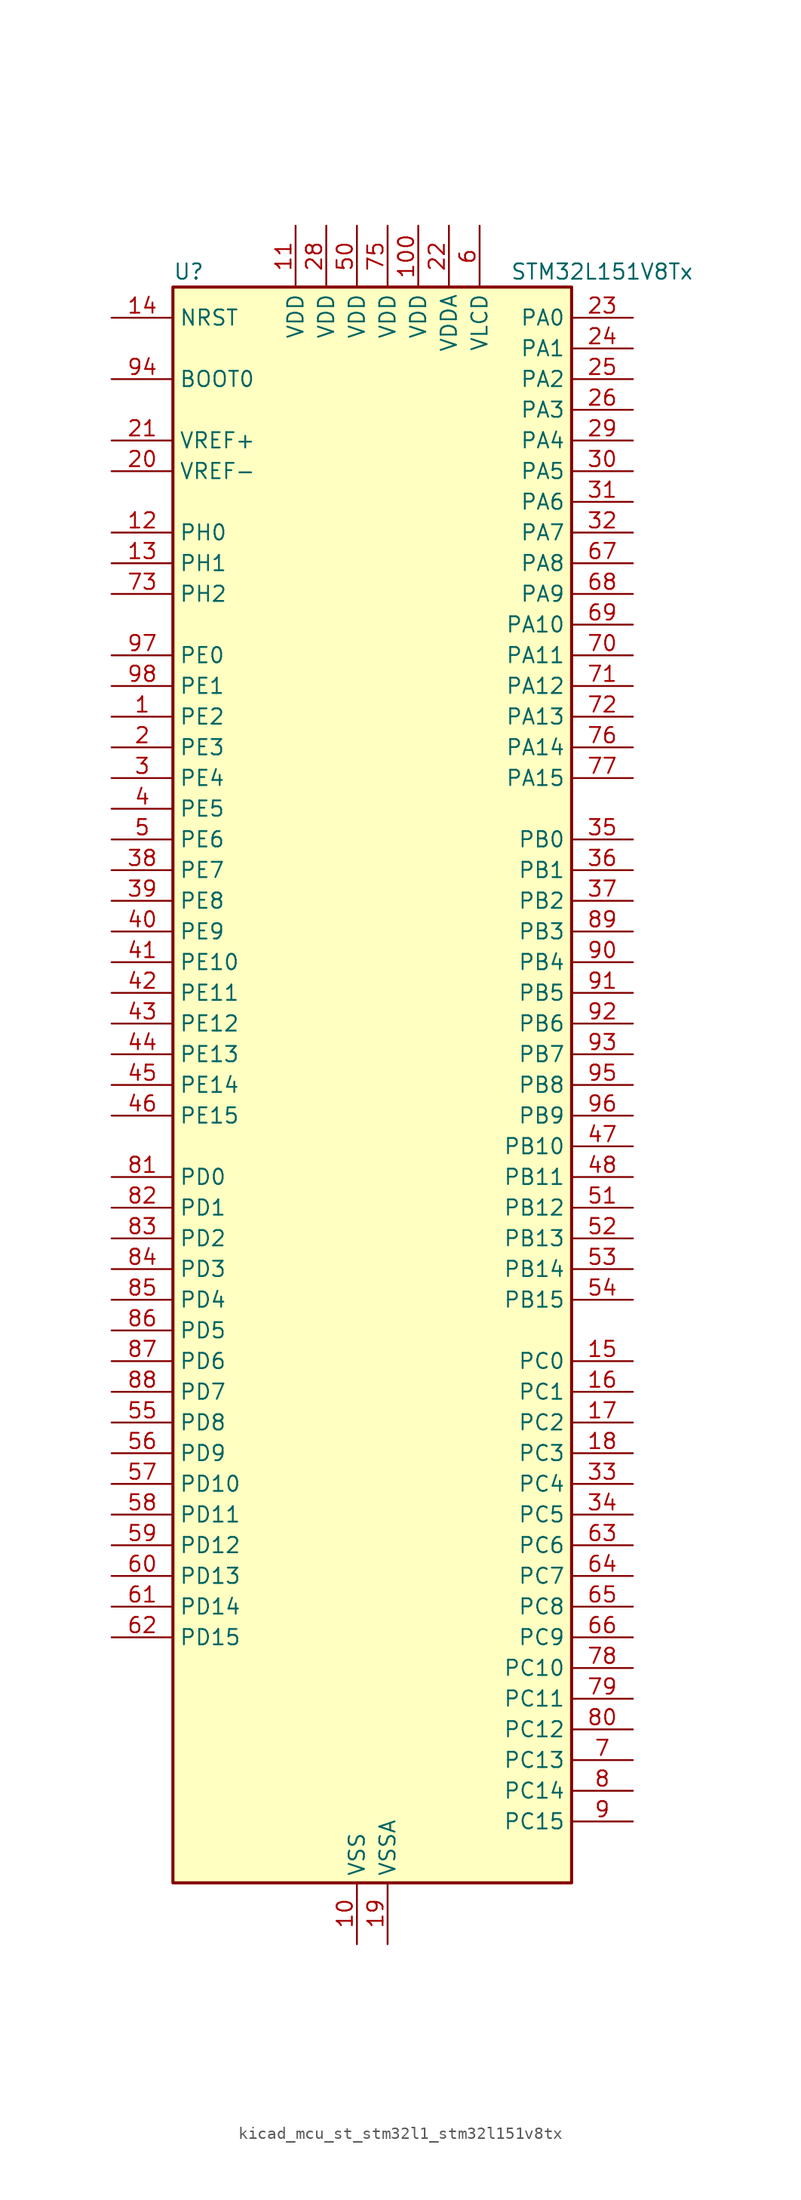
<source format=kicad_sym>
(kicad_symbol_lib
  (version 20220914)
  (generator kicad_symbol_editor)
  (symbol "kicad_mcu_st_stm32l1_stm32l151v8tx"
    (property "Reference" "U"
      (at -15.24 67.31 0)
      (effects (font (size 1.27 1.27)) (justify left)))
    (property "Value" "STM32L151V8Tx"
      (at 12.7 67.31 0)
      (effects (font (size 1.27 1.27)) (justify left)))
    (property "ki_locked" ""
      (at 0 0 0)
      (effects (font (size 1.27 1.27))))
    (symbol "kicad_mcu_st_stm32l1_stm32l151v8tx_0_1"
      (rectangle (start -15.24 -66.04) (end 17.78 66.04) (stroke (width 0.254) (type default)) (fill (type background))))
    (symbol "kicad_mcu_st_stm32l1_stm32l151v8tx_1_1"
      (pin bidirectional line (at -20.32 30.48 0) (length 5.08) (name "PE2" (effects (font (size 1.27 1.27)))) (number "1" (effects (font (size 1.27 1.27)))) (alternate "SYS_TRACECK" bidirectional line) (alternate "TIM3_ETR" bidirectional line) (alternate "TIMX_IC3" bidirectional line))
      (pin power_in line (at 0 -71.12 90) (length 5.08) (name "VSS" (effects (font (size 1.27 1.27)))) (number "10" (effects (font (size 1.27 1.27)))))
      (pin power_in line (at 5.08 71.12 270) (length 5.08) (name "VDD" (effects (font (size 1.27 1.27)))) (number "100" (effects (font (size 1.27 1.27)))))
      (pin power_in line (at -5.08 71.12 270) (length 5.08) (name "VDD" (effects (font (size 1.27 1.27)))) (number "11" (effects (font (size 1.27 1.27)))))
      (pin bidirectional line (at -20.32 45.72 0) (length 5.08) (name "PH0" (effects (font (size 1.27 1.27)))) (number "12" (effects (font (size 1.27 1.27)))) (alternate "RCC_OSC_IN" bidirectional line))
      (pin bidirectional line (at -20.32 43.18 0) (length 5.08) (name "PH1" (effects (font (size 1.27 1.27)))) (number "13" (effects (font (size 1.27 1.27)))) (alternate "RCC_OSC_OUT" bidirectional line))
      (pin input line (at -20.32 63.5 0) (length 5.08) (name "NRST" (effects (font (size 1.27 1.27)))) (number "14" (effects (font (size 1.27 1.27)))))
      (pin bidirectional line (at 22.86 -22.86 180) (length 5.08) (name "PC0" (effects (font (size 1.27 1.27)))) (number "15" (effects (font (size 1.27 1.27)))) (alternate "ADC_IN10" bidirectional line) (alternate "COMP1_INP" bidirectional line) (alternate "TIMX_IC1" bidirectional line) (alternate "TS_G8_IO1" bidirectional line))
      (pin bidirectional line (at 22.86 -25.4 180) (length 5.08) (name "PC1" (effects (font (size 1.27 1.27)))) (number "16" (effects (font (size 1.27 1.27)))) (alternate "ADC_IN11" bidirectional line) (alternate "COMP1_INP" bidirectional line) (alternate "TIMX_IC2" bidirectional line) (alternate "TS_G8_IO2" bidirectional line))
      (pin bidirectional line (at 22.86 -27.94 180) (length 5.08) (name "PC2" (effects (font (size 1.27 1.27)))) (number "17" (effects (font (size 1.27 1.27)))) (alternate "ADC_IN12" bidirectional line) (alternate "COMP1_INP" bidirectional line) (alternate "TIMX_IC3" bidirectional line) (alternate "TS_G8_IO3" bidirectional line))
      (pin bidirectional line (at 22.86 -30.48 180) (length 5.08) (name "PC3" (effects (font (size 1.27 1.27)))) (number "18" (effects (font (size 1.27 1.27)))) (alternate "ADC_IN13" bidirectional line) (alternate "COMP1_INP" bidirectional line) (alternate "TIMX_IC4" bidirectional line) (alternate "TS_G8_IO4" bidirectional line))
      (pin power_in line (at 2.54 -71.12 90) (length 5.08) (name "VSSA" (effects (font (size 1.27 1.27)))) (number "19" (effects (font (size 1.27 1.27)))))
      (pin bidirectional line (at -20.32 27.94 0) (length 5.08) (name "PE3" (effects (font (size 1.27 1.27)))) (number "2" (effects (font (size 1.27 1.27)))) (alternate "SYS_TRACED0" bidirectional line) (alternate "TIM3_CH1" bidirectional line) (alternate "TIMX_IC4" bidirectional line))
      (pin input line (at -20.32 50.8 0) (length 5.08) (name "VREF-" (effects (font (size 1.27 1.27)))) (number "20" (effects (font (size 1.27 1.27)))))
      (pin input line (at -20.32 53.34 0) (length 5.08) (name "VREF+" (effects (font (size 1.27 1.27)))) (number "21" (effects (font (size 1.27 1.27)))))
      (pin power_in line (at 7.62 71.12 270) (length 5.08) (name "VDDA" (effects (font (size 1.27 1.27)))) (number "22" (effects (font (size 1.27 1.27)))))
      (pin bidirectional line (at 22.86 63.5 180) (length 5.08) (name "PA0" (effects (font (size 1.27 1.27)))) (number "23" (effects (font (size 1.27 1.27)))) (alternate "ADC_IN0" bidirectional line) (alternate "COMP1_INP" bidirectional line) (alternate "SYS_WKUP1" bidirectional line) (alternate "TIM2_CH1" bidirectional line) (alternate "TIM2_ETR" bidirectional line) (alternate "TIMX_IC1" bidirectional line) (alternate "TS_G1_IO1" bidirectional line) (alternate "USART2_CTS" bidirectional line))
      (pin bidirectional line (at 22.86 60.96 180) (length 5.08) (name "PA1" (effects (font (size 1.27 1.27)))) (number "24" (effects (font (size 1.27 1.27)))) (alternate "ADC_IN1" bidirectional line) (alternate "COMP1_INP" bidirectional line) (alternate "TIM2_CH2" bidirectional line) (alternate "TIMX_IC2" bidirectional line) (alternate "TS_G1_IO2" bidirectional line) (alternate "USART2_RTS" bidirectional line))
      (pin bidirectional line (at 22.86 58.42 180) (length 5.08) (name "PA2" (effects (font (size 1.27 1.27)))) (number "25" (effects (font (size 1.27 1.27)))) (alternate "ADC_IN2" bidirectional line) (alternate "COMP1_INP" bidirectional line) (alternate "TIM2_CH3" bidirectional line) (alternate "TIM9_CH1" bidirectional line) (alternate "TIMX_IC3" bidirectional line) (alternate "TS_G1_IO3" bidirectional line) (alternate "USART2_TX" bidirectional line))
      (pin bidirectional line (at 22.86 55.88 180) (length 5.08) (name "PA3" (effects (font (size 1.27 1.27)))) (number "26" (effects (font (size 1.27 1.27)))) (alternate "ADC_IN3" bidirectional line) (alternate "COMP1_INP" bidirectional line) (alternate "TIM2_CH4" bidirectional line) (alternate "TIM9_CH2" bidirectional line) (alternate "TIMX_IC4" bidirectional line) (alternate "TS_G1_IO4" bidirectional line) (alternate "USART2_RX" bidirectional line))
      (pin passive line (at 0 -71.12 90) (length 5.08) hide (name "VSS" (effects (font (size 1.27 1.27)))) (number "27" (effects (font (size 1.27 1.27)))))
      (pin power_in line (at -2.54 71.12 270) (length 5.08) (name "VDD" (effects (font (size 1.27 1.27)))) (number "28" (effects (font (size 1.27 1.27)))))
      (pin bidirectional line (at 22.86 53.34 180) (length 5.08) (name "PA4" (effects (font (size 1.27 1.27)))) (number "29" (effects (font (size 1.27 1.27)))) (alternate "ADC_IN4" bidirectional line) (alternate "COMP1_INP" bidirectional line) (alternate "DAC_OUT1" bidirectional line) (alternate "SPI1_NSS" bidirectional line) (alternate "TIMX_IC1" bidirectional line) (alternate "USART2_CK" bidirectional line))
      (pin bidirectional line (at -20.32 25.4 0) (length 5.08) (name "PE4" (effects (font (size 1.27 1.27)))) (number "3" (effects (font (size 1.27 1.27)))) (alternate "SYS_TRACED1" bidirectional line) (alternate "TIM3_CH2" bidirectional line) (alternate "TIMX_IC1" bidirectional line))
      (pin bidirectional line (at 22.86 50.8 180) (length 5.08) (name "PA5" (effects (font (size 1.27 1.27)))) (number "30" (effects (font (size 1.27 1.27)))) (alternate "ADC_IN5" bidirectional line) (alternate "COMP1_INP" bidirectional line) (alternate "DAC_OUT2" bidirectional line) (alternate "SPI1_SCK" bidirectional line) (alternate "TIM2_CH1" bidirectional line) (alternate "TIM2_ETR" bidirectional line) (alternate "TIMX_IC2" bidirectional line))
      (pin bidirectional line (at 22.86 48.26 180) (length 5.08) (name "PA6" (effects (font (size 1.27 1.27)))) (number "31" (effects (font (size 1.27 1.27)))) (alternate "ADC_IN6" bidirectional line) (alternate "COMP1_INP" bidirectional line) (alternate "SPI1_MISO" bidirectional line) (alternate "TIM10_CH1" bidirectional line) (alternate "TIM3_CH1" bidirectional line) (alternate "TIMX_IC3" bidirectional line) (alternate "TS_G2_IO1" bidirectional line))
      (pin bidirectional line (at 22.86 45.72 180) (length 5.08) (name "PA7" (effects (font (size 1.27 1.27)))) (number "32" (effects (font (size 1.27 1.27)))) (alternate "ADC_IN7" bidirectional line) (alternate "COMP1_INP" bidirectional line) (alternate "SPI1_MOSI" bidirectional line) (alternate "TIM11_CH1" bidirectional line) (alternate "TIM3_CH2" bidirectional line) (alternate "TIMX_IC4" bidirectional line) (alternate "TS_G2_IO2" bidirectional line))
      (pin bidirectional line (at 22.86 -33.02 180) (length 5.08) (name "PC4" (effects (font (size 1.27 1.27)))) (number "33" (effects (font (size 1.27 1.27)))) (alternate "ADC_IN14" bidirectional line) (alternate "COMP1_INP" bidirectional line) (alternate "TIMX_IC1" bidirectional line) (alternate "TS_G9_IO1" bidirectional line))
      (pin bidirectional line (at 22.86 -35.56 180) (length 5.08) (name "PC5" (effects (font (size 1.27 1.27)))) (number "34" (effects (font (size 1.27 1.27)))) (alternate "ADC_IN15" bidirectional line) (alternate "COMP1_INP" bidirectional line) (alternate "TIMX_IC2" bidirectional line) (alternate "TS_G9_IO2" bidirectional line))
      (pin bidirectional line (at 22.86 20.32 180) (length 5.08) (name "PB0" (effects (font (size 1.27 1.27)))) (number "35" (effects (font (size 1.27 1.27)))) (alternate "ADC_IN8" bidirectional line) (alternate "COMP1_INP" bidirectional line) (alternate "SYS_V_REF_OUT" bidirectional line) (alternate "TIM3_CH3" bidirectional line) (alternate "TS_G3_IO1" bidirectional line))
      (pin bidirectional line (at 22.86 17.78 180) (length 5.08) (name "PB1" (effects (font (size 1.27 1.27)))) (number "36" (effects (font (size 1.27 1.27)))) (alternate "ADC_IN9" bidirectional line) (alternate "COMP1_INP" bidirectional line) (alternate "SYS_V_REF_OUT" bidirectional line) (alternate "TIM3_CH4" bidirectional line) (alternate "TS_G3_IO2" bidirectional line))
      (pin bidirectional line (at 22.86 15.24 180) (length 5.08) (name "PB2" (effects (font (size 1.27 1.27)))) (number "37" (effects (font (size 1.27 1.27)))))
      (pin bidirectional line (at -20.32 17.78 0) (length 5.08) (name "PE7" (effects (font (size 1.27 1.27)))) (number "38" (effects (font (size 1.27 1.27)))) (alternate "ADC_IN22" bidirectional line) (alternate "COMP1_INP" bidirectional line) (alternate "TIMX_IC4" bidirectional line))
      (pin bidirectional line (at -20.32 15.24 0) (length 5.08) (name "PE8" (effects (font (size 1.27 1.27)))) (number "39" (effects (font (size 1.27 1.27)))) (alternate "ADC_IN23" bidirectional line) (alternate "COMP1_INP" bidirectional line) (alternate "TIMX_IC1" bidirectional line))
      (pin bidirectional line (at -20.32 22.86 0) (length 5.08) (name "PE5" (effects (font (size 1.27 1.27)))) (number "4" (effects (font (size 1.27 1.27)))) (alternate "SYS_TRACED2" bidirectional line) (alternate "TIM9_CH1" bidirectional line) (alternate "TIMX_IC2" bidirectional line))
      (pin bidirectional line (at -20.32 12.7 0) (length 5.08) (name "PE9" (effects (font (size 1.27 1.27)))) (number "40" (effects (font (size 1.27 1.27)))) (alternate "ADC_IN24" bidirectional line) (alternate "COMP1_INP" bidirectional line) (alternate "DAC_EXTI9" bidirectional line) (alternate "TIM2_CH1" bidirectional line) (alternate "TIM2_ETR" bidirectional line) (alternate "TIMX_IC2" bidirectional line))
      (pin bidirectional line (at -20.32 10.16 0) (length 5.08) (name "PE10" (effects (font (size 1.27 1.27)))) (number "41" (effects (font (size 1.27 1.27)))) (alternate "ADC_IN25" bidirectional line) (alternate "COMP1_INP" bidirectional line) (alternate "TIM2_CH2" bidirectional line) (alternate "TIMX_IC3" bidirectional line))
      (pin bidirectional line (at -20.32 7.62 0) (length 5.08) (name "PE11" (effects (font (size 1.27 1.27)))) (number "42" (effects (font (size 1.27 1.27)))) (alternate "ADC_EXTI11" bidirectional line) (alternate "TIM2_CH3" bidirectional line) (alternate "TIMX_IC4" bidirectional line))
      (pin bidirectional line (at -20.32 5.08 0) (length 5.08) (name "PE12" (effects (font (size 1.27 1.27)))) (number "43" (effects (font (size 1.27 1.27)))) (alternate "SPI1_NSS" bidirectional line) (alternate "TIM2_CH4" bidirectional line) (alternate "TIMX_IC1" bidirectional line))
      (pin bidirectional line (at -20.32 2.54 0) (length 5.08) (name "PE13" (effects (font (size 1.27 1.27)))) (number "44" (effects (font (size 1.27 1.27)))) (alternate "SPI1_SCK" bidirectional line) (alternate "TIMX_IC2" bidirectional line))
      (pin bidirectional line (at -20.32 0 0) (length 5.08) (name "PE14" (effects (font (size 1.27 1.27)))) (number "45" (effects (font (size 1.27 1.27)))) (alternate "SPI1_MISO" bidirectional line) (alternate "TIMX_IC3" bidirectional line))
      (pin bidirectional line (at -20.32 -2.54 0) (length 5.08) (name "PE15" (effects (font (size 1.27 1.27)))) (number "46" (effects (font (size 1.27 1.27)))) (alternate "ADC_EXTI15" bidirectional line) (alternate "SPI1_MOSI" bidirectional line) (alternate "TIMX_IC4" bidirectional line))
      (pin bidirectional line (at 22.86 -5.08 180) (length 5.08) (name "PB10" (effects (font (size 1.27 1.27)))) (number "47" (effects (font (size 1.27 1.27)))) (alternate "I2C2_SCL" bidirectional line) (alternate "TIM2_CH3" bidirectional line) (alternate "USART3_TX" bidirectional line))
      (pin bidirectional line (at 22.86 -7.62 180) (length 5.08) (name "PB11" (effects (font (size 1.27 1.27)))) (number "48" (effects (font (size 1.27 1.27)))) (alternate "ADC_EXTI11" bidirectional line) (alternate "I2C2_SDA" bidirectional line) (alternate "TIM2_CH4" bidirectional line) (alternate "USART3_RX" bidirectional line))
      (pin passive line (at 0 -71.12 90) (length 5.08) hide (name "VSS" (effects (font (size 1.27 1.27)))) (number "49" (effects (font (size 1.27 1.27)))))
      (pin bidirectional line (at -20.32 20.32 0) (length 5.08) (name "PE6" (effects (font (size 1.27 1.27)))) (number "5" (effects (font (size 1.27 1.27)))) (alternate "SYS_TRACED3" bidirectional line) (alternate "SYS_WKUP3" bidirectional line) (alternate "TIM9_CH2" bidirectional line) (alternate "TIMX_IC3" bidirectional line))
      (pin power_in line (at 0 71.12 270) (length 5.08) (name "VDD" (effects (font (size 1.27 1.27)))) (number "50" (effects (font (size 1.27 1.27)))))
      (pin bidirectional line (at 22.86 -10.16 180) (length 5.08) (name "PB12" (effects (font (size 1.27 1.27)))) (number "51" (effects (font (size 1.27 1.27)))) (alternate "ADC_IN18" bidirectional line) (alternate "COMP1_INP" bidirectional line) (alternate "I2C2_SMBA" bidirectional line) (alternate "SPI2_NSS" bidirectional line) (alternate "TIM10_CH1" bidirectional line) (alternate "TS_G7_IO1" bidirectional line) (alternate "USART3_CK" bidirectional line))
      (pin bidirectional line (at 22.86 -12.7 180) (length 5.08) (name "PB13" (effects (font (size 1.27 1.27)))) (number "52" (effects (font (size 1.27 1.27)))) (alternate "ADC_IN19" bidirectional line) (alternate "COMP1_INP" bidirectional line) (alternate "SPI2_SCK" bidirectional line) (alternate "TIM9_CH1" bidirectional line) (alternate "TS_G7_IO2" bidirectional line) (alternate "USART3_CTS" bidirectional line))
      (pin bidirectional line (at 22.86 -15.24 180) (length 5.08) (name "PB14" (effects (font (size 1.27 1.27)))) (number "53" (effects (font (size 1.27 1.27)))) (alternate "ADC_IN20" bidirectional line) (alternate "COMP1_INP" bidirectional line) (alternate "SPI2_MISO" bidirectional line) (alternate "TIM9_CH2" bidirectional line) (alternate "TS_G7_IO3" bidirectional line) (alternate "USART3_RTS" bidirectional line))
      (pin bidirectional line (at 22.86 -17.78 180) (length 5.08) (name "PB15" (effects (font (size 1.27 1.27)))) (number "54" (effects (font (size 1.27 1.27)))) (alternate "ADC_EXTI15" bidirectional line) (alternate "ADC_IN21" bidirectional line) (alternate "COMP1_INP" bidirectional line) (alternate "RTC_REFIN" bidirectional line) (alternate "SPI2_MOSI" bidirectional line) (alternate "TIM11_CH1" bidirectional line) (alternate "TS_G7_IO4" bidirectional line))
      (pin bidirectional line (at -20.32 -27.94 0) (length 5.08) (name "PD8" (effects (font (size 1.27 1.27)))) (number "55" (effects (font (size 1.27 1.27)))) (alternate "TIMX_IC1" bidirectional line) (alternate "USART3_TX" bidirectional line))
      (pin bidirectional line (at -20.32 -30.48 0) (length 5.08) (name "PD9" (effects (font (size 1.27 1.27)))) (number "56" (effects (font (size 1.27 1.27)))) (alternate "DAC_EXTI9" bidirectional line) (alternate "TIMX_IC2" bidirectional line) (alternate "USART3_RX" bidirectional line))
      (pin bidirectional line (at -20.32 -33.02 0) (length 5.08) (name "PD10" (effects (font (size 1.27 1.27)))) (number "57" (effects (font (size 1.27 1.27)))) (alternate "TIMX_IC3" bidirectional line) (alternate "USART3_CK" bidirectional line))
      (pin bidirectional line (at -20.32 -35.56 0) (length 5.08) (name "PD11" (effects (font (size 1.27 1.27)))) (number "58" (effects (font (size 1.27 1.27)))) (alternate "ADC_EXTI11" bidirectional line) (alternate "TIMX_IC4" bidirectional line) (alternate "USART3_CTS" bidirectional line))
      (pin bidirectional line (at -20.32 -38.1 0) (length 5.08) (name "PD12" (effects (font (size 1.27 1.27)))) (number "59" (effects (font (size 1.27 1.27)))) (alternate "TIM4_CH1" bidirectional line) (alternate "TIMX_IC1" bidirectional line) (alternate "USART3_RTS" bidirectional line))
      (pin power_in line (at 10.16 71.12 270) (length 5.08) (name "VLCD" (effects (font (size 1.27 1.27)))) (number "6" (effects (font (size 1.27 1.27)))))
      (pin bidirectional line (at -20.32 -40.64 0) (length 5.08) (name "PD13" (effects (font (size 1.27 1.27)))) (number "60" (effects (font (size 1.27 1.27)))) (alternate "TIM4_CH2" bidirectional line) (alternate "TIMX_IC2" bidirectional line))
      (pin bidirectional line (at -20.32 -43.18 0) (length 5.08) (name "PD14" (effects (font (size 1.27 1.27)))) (number "61" (effects (font (size 1.27 1.27)))) (alternate "TIM4_CH3" bidirectional line) (alternate "TIMX_IC3" bidirectional line))
      (pin bidirectional line (at -20.32 -45.72 0) (length 5.08) (name "PD15" (effects (font (size 1.27 1.27)))) (number "62" (effects (font (size 1.27 1.27)))) (alternate "ADC_EXTI15" bidirectional line) (alternate "TIM4_CH4" bidirectional line) (alternate "TIMX_IC4" bidirectional line))
      (pin bidirectional line (at 22.86 -38.1 180) (length 5.08) (name "PC6" (effects (font (size 1.27 1.27)))) (number "63" (effects (font (size 1.27 1.27)))) (alternate "TIM3_CH1" bidirectional line) (alternate "TIMX_IC3" bidirectional line) (alternate "TS_G10_IO1" bidirectional line))
      (pin bidirectional line (at 22.86 -40.64 180) (length 5.08) (name "PC7" (effects (font (size 1.27 1.27)))) (number "64" (effects (font (size 1.27 1.27)))) (alternate "TIM3_CH2" bidirectional line) (alternate "TIMX_IC4" bidirectional line) (alternate "TS_G10_IO2" bidirectional line))
      (pin bidirectional line (at 22.86 -43.18 180) (length 5.08) (name "PC8" (effects (font (size 1.27 1.27)))) (number "65" (effects (font (size 1.27 1.27)))) (alternate "TIM3_CH3" bidirectional line) (alternate "TIMX_IC1" bidirectional line) (alternate "TS_G10_IO3" bidirectional line))
      (pin bidirectional line (at 22.86 -45.72 180) (length 5.08) (name "PC9" (effects (font (size 1.27 1.27)))) (number "66" (effects (font (size 1.27 1.27)))) (alternate "DAC_EXTI9" bidirectional line) (alternate "TIM3_CH4" bidirectional line) (alternate "TIMX_IC2" bidirectional line) (alternate "TS_G10_IO4" bidirectional line))
      (pin bidirectional line (at 22.86 43.18 180) (length 5.08) (name "PA8" (effects (font (size 1.27 1.27)))) (number "67" (effects (font (size 1.27 1.27)))) (alternate "RCC_MCO" bidirectional line) (alternate "TIMX_IC1" bidirectional line) (alternate "TS_G4_IO1" bidirectional line) (alternate "USART1_CK" bidirectional line))
      (pin bidirectional line (at 22.86 40.64 180) (length 5.08) (name "PA9" (effects (font (size 1.27 1.27)))) (number "68" (effects (font (size 1.27 1.27)))) (alternate "DAC_EXTI9" bidirectional line) (alternate "TIMX_IC2" bidirectional line) (alternate "TS_G4_IO2" bidirectional line) (alternate "USART1_TX" bidirectional line))
      (pin bidirectional line (at 22.86 38.1 180) (length 5.08) (name "PA10" (effects (font (size 1.27 1.27)))) (number "69" (effects (font (size 1.27 1.27)))) (alternate "TIMX_IC3" bidirectional line) (alternate "TS_G4_IO3" bidirectional line) (alternate "USART1_RX" bidirectional line))
      (pin bidirectional line (at 22.86 -55.88 180) (length 5.08) (name "PC13" (effects (font (size 1.27 1.27)))) (number "7" (effects (font (size 1.27 1.27)))) (alternate "RTC_OUT_ALARM" bidirectional line) (alternate "RTC_OUT_CALIB" bidirectional line) (alternate "RTC_TAMP1" bidirectional line) (alternate "RTC_TS" bidirectional line) (alternate "SYS_WKUP2" bidirectional line) (alternate "TIMX_IC2" bidirectional line))
      (pin bidirectional line (at 22.86 35.56 180) (length 5.08) (name "PA11" (effects (font (size 1.27 1.27)))) (number "70" (effects (font (size 1.27 1.27)))) (alternate "ADC_EXTI11" bidirectional line) (alternate "SPI1_MISO" bidirectional line) (alternate "TIMX_IC4" bidirectional line) (alternate "USART1_CTS" bidirectional line) (alternate "USB_DM" bidirectional line))
      (pin bidirectional line (at 22.86 33.02 180) (length 5.08) (name "PA12" (effects (font (size 1.27 1.27)))) (number "71" (effects (font (size 1.27 1.27)))) (alternate "SPI1_MOSI" bidirectional line) (alternate "TIMX_IC1" bidirectional line) (alternate "USART1_RTS" bidirectional line) (alternate "USB_DP" bidirectional line))
      (pin bidirectional line (at 22.86 30.48 180) (length 5.08) (name "PA13" (effects (font (size 1.27 1.27)))) (number "72" (effects (font (size 1.27 1.27)))) (alternate "SYS_JTMS-SWDIO" bidirectional line) (alternate "TIMX_IC2" bidirectional line) (alternate "TS_G5_IO1" bidirectional line))
      (pin bidirectional line (at -20.32 40.64 0) (length 5.08) (name "PH2" (effects (font (size 1.27 1.27)))) (number "73" (effects (font (size 1.27 1.27)))))
      (pin passive line (at 0 -71.12 90) (length 5.08) hide (name "VSS" (effects (font (size 1.27 1.27)))) (number "74" (effects (font (size 1.27 1.27)))))
      (pin power_in line (at 2.54 71.12 270) (length 5.08) (name "VDD" (effects (font (size 1.27 1.27)))) (number "75" (effects (font (size 1.27 1.27)))))
      (pin bidirectional line (at 22.86 27.94 180) (length 5.08) (name "PA14" (effects (font (size 1.27 1.27)))) (number "76" (effects (font (size 1.27 1.27)))) (alternate "SYS_JTCK-SWCLK" bidirectional line) (alternate "TIMX_IC3" bidirectional line) (alternate "TS_G5_IO2" bidirectional line))
      (pin bidirectional line (at 22.86 25.4 180) (length 5.08) (name "PA15" (effects (font (size 1.27 1.27)))) (number "77" (effects (font (size 1.27 1.27)))) (alternate "ADC_EXTI15" bidirectional line) (alternate "SPI1_NSS" bidirectional line) (alternate "SYS_JTDI" bidirectional line) (alternate "TIM2_CH1" bidirectional line) (alternate "TIM2_ETR" bidirectional line) (alternate "TIMX_IC4" bidirectional line) (alternate "TS_G5_IO3" bidirectional line))
      (pin bidirectional line (at 22.86 -48.26 180) (length 5.08) (name "PC10" (effects (font (size 1.27 1.27)))) (number "78" (effects (font (size 1.27 1.27)))) (alternate "TIMX_IC3" bidirectional line) (alternate "USART3_TX" bidirectional line))
      (pin bidirectional line (at 22.86 -50.8 180) (length 5.08) (name "PC11" (effects (font (size 1.27 1.27)))) (number "79" (effects (font (size 1.27 1.27)))) (alternate "ADC_EXTI11" bidirectional line) (alternate "TIMX_IC4" bidirectional line) (alternate "USART3_RX" bidirectional line))
      (pin bidirectional line (at 22.86 -58.42 180) (length 5.08) (name "PC14" (effects (font (size 1.27 1.27)))) (number "8" (effects (font (size 1.27 1.27)))) (alternate "RCC_OSC32_IN" bidirectional line) (alternate "TIMX_IC3" bidirectional line))
      (pin bidirectional line (at 22.86 -53.34 180) (length 5.08) (name "PC12" (effects (font (size 1.27 1.27)))) (number "80" (effects (font (size 1.27 1.27)))) (alternate "TIMX_IC1" bidirectional line) (alternate "USART3_CK" bidirectional line))
      (pin bidirectional line (at -20.32 -7.62 0) (length 5.08) (name "PD0" (effects (font (size 1.27 1.27)))) (number "81" (effects (font (size 1.27 1.27)))) (alternate "SPI2_NSS" bidirectional line) (alternate "TIM9_CH1" bidirectional line) (alternate "TIMX_IC1" bidirectional line))
      (pin bidirectional line (at -20.32 -10.16 0) (length 5.08) (name "PD1" (effects (font (size 1.27 1.27)))) (number "82" (effects (font (size 1.27 1.27)))) (alternate "SPI2_SCK" bidirectional line) (alternate "TIMX_IC2" bidirectional line))
      (pin bidirectional line (at -20.32 -12.7 0) (length 5.08) (name "PD2" (effects (font (size 1.27 1.27)))) (number "83" (effects (font (size 1.27 1.27)))) (alternate "TIM3_ETR" bidirectional line) (alternate "TIMX_IC3" bidirectional line))
      (pin bidirectional line (at -20.32 -15.24 0) (length 5.08) (name "PD3" (effects (font (size 1.27 1.27)))) (number "84" (effects (font (size 1.27 1.27)))) (alternate "SPI2_MISO" bidirectional line) (alternate "TIMX_IC4" bidirectional line) (alternate "USART2_CTS" bidirectional line))
      (pin bidirectional line (at -20.32 -17.78 0) (length 5.08) (name "PD4" (effects (font (size 1.27 1.27)))) (number "85" (effects (font (size 1.27 1.27)))) (alternate "SPI2_MOSI" bidirectional line) (alternate "TIMX_IC1" bidirectional line) (alternate "USART2_RTS" bidirectional line))
      (pin bidirectional line (at -20.32 -20.32 0) (length 5.08) (name "PD5" (effects (font (size 1.27 1.27)))) (number "86" (effects (font (size 1.27 1.27)))) (alternate "TIMX_IC2" bidirectional line) (alternate "USART2_TX" bidirectional line))
      (pin bidirectional line (at -20.32 -22.86 0) (length 5.08) (name "PD6" (effects (font (size 1.27 1.27)))) (number "87" (effects (font (size 1.27 1.27)))) (alternate "TIMX_IC3" bidirectional line) (alternate "USART2_RX" bidirectional line))
      (pin bidirectional line (at -20.32 -25.4 0) (length 5.08) (name "PD7" (effects (font (size 1.27 1.27)))) (number "88" (effects (font (size 1.27 1.27)))) (alternate "TIM9_CH2" bidirectional line) (alternate "TIMX_IC4" bidirectional line) (alternate "USART2_CK" bidirectional line))
      (pin bidirectional line (at 22.86 12.7 180) (length 5.08) (name "PB3" (effects (font (size 1.27 1.27)))) (number "89" (effects (font (size 1.27 1.27)))) (alternate "COMP2_INM" bidirectional line) (alternate "SPI1_SCK" bidirectional line) (alternate "SYS_JTDO-TRACESWO" bidirectional line) (alternate "TIM2_CH2" bidirectional line))
      (pin bidirectional line (at 22.86 -60.96 180) (length 5.08) (name "PC15" (effects (font (size 1.27 1.27)))) (number "9" (effects (font (size 1.27 1.27)))) (alternate "ADC_EXTI15" bidirectional line) (alternate "RCC_OSC32_OUT" bidirectional line) (alternate "TIMX_IC4" bidirectional line))
      (pin bidirectional line (at 22.86 10.16 180) (length 5.08) (name "PB4" (effects (font (size 1.27 1.27)))) (number "90" (effects (font (size 1.27 1.27)))) (alternate "COMP2_INP" bidirectional line) (alternate "SPI1_MISO" bidirectional line) (alternate "SYS_JTRST" bidirectional line) (alternate "TIM3_CH1" bidirectional line) (alternate "TS_G6_IO1" bidirectional line))
      (pin bidirectional line (at 22.86 7.62 180) (length 5.08) (name "PB5" (effects (font (size 1.27 1.27)))) (number "91" (effects (font (size 1.27 1.27)))) (alternate "COMP2_INP" bidirectional line) (alternate "I2C1_SMBA" bidirectional line) (alternate "SPI1_MOSI" bidirectional line) (alternate "TIM3_CH2" bidirectional line) (alternate "TS_G6_IO2" bidirectional line))
      (pin bidirectional line (at 22.86 5.08 180) (length 5.08) (name "PB6" (effects (font (size 1.27 1.27)))) (number "92" (effects (font (size 1.27 1.27)))) (alternate "I2C1_SCL" bidirectional line) (alternate "TIM4_CH1" bidirectional line) (alternate "USART1_TX" bidirectional line))
      (pin bidirectional line (at 22.86 2.54 180) (length 5.08) (name "PB7" (effects (font (size 1.27 1.27)))) (number "93" (effects (font (size 1.27 1.27)))) (alternate "I2C1_SDA" bidirectional line) (alternate "SYS_PVD_IN" bidirectional line) (alternate "TIM4_CH2" bidirectional line) (alternate "USART1_RX" bidirectional line))
      (pin input line (at -20.32 58.42 0) (length 5.08) (name "BOOT0" (effects (font (size 1.27 1.27)))) (number "94" (effects (font (size 1.27 1.27)))))
      (pin bidirectional line (at 22.86 0 180) (length 5.08) (name "PB8" (effects (font (size 1.27 1.27)))) (number "95" (effects (font (size 1.27 1.27)))) (alternate "I2C1_SCL" bidirectional line) (alternate "TIM10_CH1" bidirectional line) (alternate "TIM4_CH3" bidirectional line))
      (pin bidirectional line (at 22.86 -2.54 180) (length 5.08) (name "PB9" (effects (font (size 1.27 1.27)))) (number "96" (effects (font (size 1.27 1.27)))) (alternate "DAC_EXTI9" bidirectional line) (alternate "I2C1_SDA" bidirectional line) (alternate "TIM11_CH1" bidirectional line) (alternate "TIM4_CH4" bidirectional line))
      (pin bidirectional line (at -20.32 35.56 0) (length 5.08) (name "PE0" (effects (font (size 1.27 1.27)))) (number "97" (effects (font (size 1.27 1.27)))) (alternate "TIM10_CH1" bidirectional line) (alternate "TIM4_ETR" bidirectional line) (alternate "TIMX_IC1" bidirectional line))
      (pin bidirectional line (at -20.32 33.02 0) (length 5.08) (name "PE1" (effects (font (size 1.27 1.27)))) (number "98" (effects (font (size 1.27 1.27)))) (alternate "TIM11_CH1" bidirectional line) (alternate "TIMX_IC2" bidirectional line))
      (pin passive line (at 0 -71.12 90) (length 5.08) hide (name "VSS" (effects (font (size 1.27 1.27)))) (number "99" (effects (font (size 1.27 1.27))))))))
</source>
